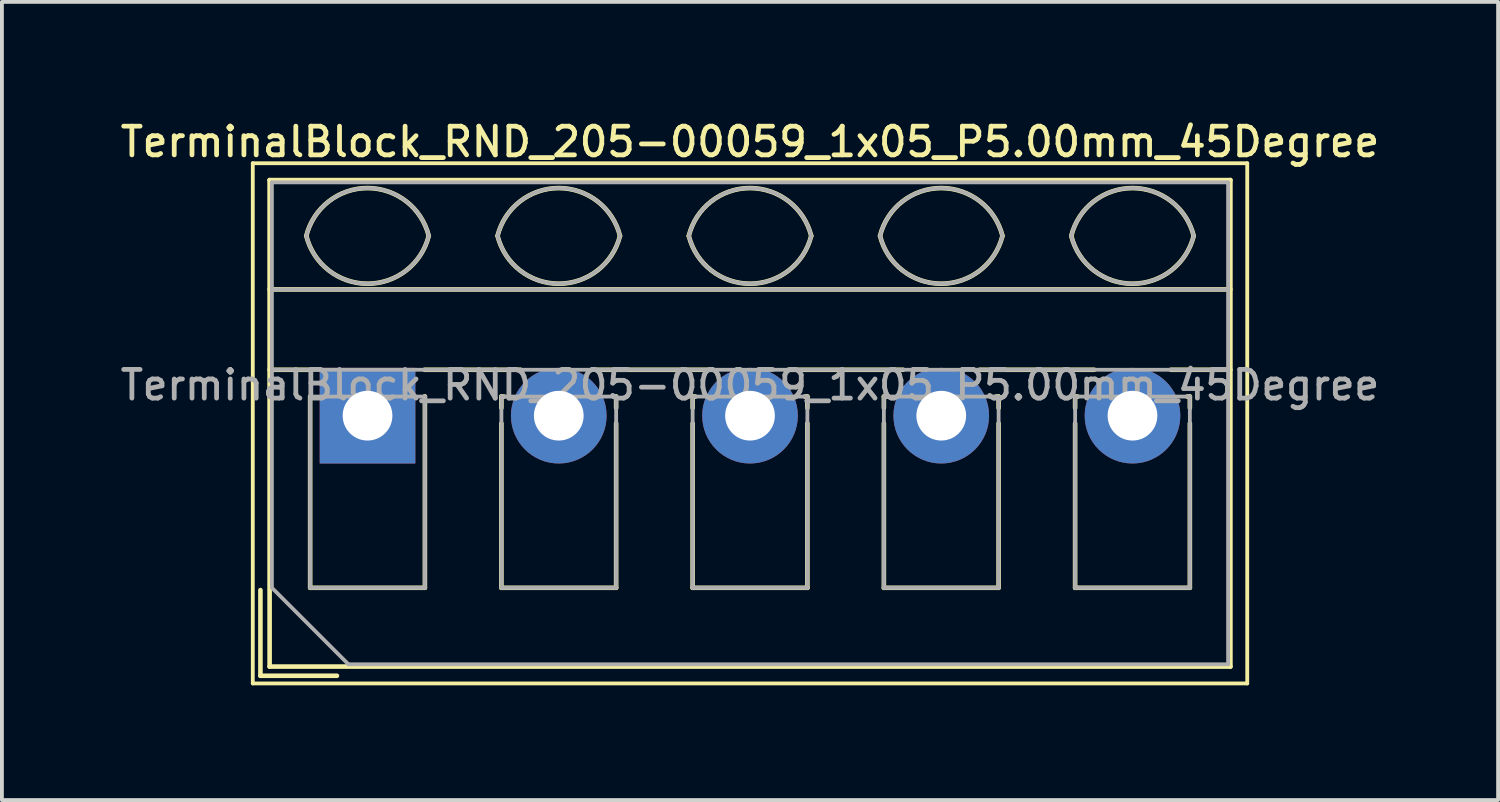
<source format=kicad_pcb>
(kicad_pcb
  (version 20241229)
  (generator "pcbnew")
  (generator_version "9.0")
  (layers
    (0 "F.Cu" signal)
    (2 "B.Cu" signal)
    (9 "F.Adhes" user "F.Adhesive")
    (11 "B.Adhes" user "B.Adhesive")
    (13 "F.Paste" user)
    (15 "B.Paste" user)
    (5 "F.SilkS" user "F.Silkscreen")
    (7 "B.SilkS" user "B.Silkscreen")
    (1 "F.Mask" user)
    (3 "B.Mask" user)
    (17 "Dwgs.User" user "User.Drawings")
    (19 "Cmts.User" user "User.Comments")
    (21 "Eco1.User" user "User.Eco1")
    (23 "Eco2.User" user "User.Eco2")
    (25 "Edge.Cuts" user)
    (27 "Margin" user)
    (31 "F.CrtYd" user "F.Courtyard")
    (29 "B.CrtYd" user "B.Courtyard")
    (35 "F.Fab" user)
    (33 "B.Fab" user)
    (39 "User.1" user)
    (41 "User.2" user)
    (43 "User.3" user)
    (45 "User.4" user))
  (footprint "TerminalBlock_RND_205-00059_1x05_P5.00mm_45Degree"
    (layer "F.Cu")
    (at 6.559 7.818)
    (property "Reference" "TerminalBlock_RND_205-00059_1x05_P5.00mm_45Degree" (at 10 -7.16 0) (layer "F.SilkS") (effects (font (size 0.75 0.75) (thickness 0.125))))
    (attr through_hole)
    (fp_line (start -3 -6.6) (end -3 7) (stroke (width 0.1) (type solid)) (layer "F.SilkS"))
    (fp_line (start -3 7) (end 23 7) (stroke (width 0.1) (type solid)) (layer "F.SilkS"))
    (fp_line (start -2.8 4.56) (end -2.8 6.8) (stroke (width 0.12) (type solid)) (layer "F.SilkS"))
    (fp_line (start -2.8 6.8) (end -0.8 6.8) (stroke (width 0.12) (type solid)) (layer "F.SilkS"))
    (fp_line (start -2.56 -6.16) (end -2.56 6.56) (stroke (width 0.12) (type solid)) (layer "F.SilkS"))
    (fp_line (start -2.56 -6.16) (end 22.56 -6.16) (stroke (width 0.12) (type solid)) (layer "F.SilkS"))
    (fp_line (start -2.56 -3.301) (end 22.56 -3.301) (stroke (width 0.12) (type solid)) (layer "F.SilkS"))
    (fp_line (start -2.56 -1.201) (end -1.49 -1.201) (stroke (width 0.12) (type solid)) (layer "F.SilkS"))
    (fp_line (start -2.56 6.56) (end 22.56 6.56) (stroke (width 0.12) (type solid)) (layer "F.SilkS"))
    (fp_line (start -1.5 -0.5) (end -1.5 4.5) (stroke (width 0.12) (type solid)) (layer "F.SilkS"))
    (fp_line (start -1.5 -0.5) (end -1.49 -0.5) (stroke (width 0.12) (type solid)) (layer "F.SilkS"))
    (fp_line (start -1.5 4.5) (end 1.5 4.5) (stroke (width 0.12) (type solid)) (layer "F.SilkS"))
    (fp_line (start 1.49 -1.201) (end 4 -1.201) (stroke (width 0.12) (type solid)) (layer "F.SilkS"))
    (fp_line (start 1.49 -0.5) (end 1.5 -0.5) (stroke (width 0.12) (type solid)) (layer "F.SilkS"))
    (fp_line (start 1.5 -0.5) (end 1.5 4.5) (stroke (width 0.12) (type solid)) (layer "F.SilkS"))
    (fp_line (start 3.5 -0.5) (end 3.5 -0.202) (stroke (width 0.12) (type solid)) (layer "F.SilkS"))
    (fp_line (start 3.5 -0.5) (end 3.57 -0.5) (stroke (width 0.12) (type solid)) (layer "F.SilkS"))
    (fp_line (start 3.5 0.202) (end 3.5 4.5) (stroke (width 0.12) (type solid)) (layer "F.SilkS"))
    (fp_line (start 3.5 4.5) (end 6.5 4.5) (stroke (width 0.12) (type solid)) (layer "F.SilkS"))
    (fp_line (start 6.001 -1.201) (end 9 -1.201) (stroke (width 0.12) (type solid)) (layer "F.SilkS"))
    (fp_line (start 6.431 -0.5) (end 6.5 -0.5) (stroke (width 0.12) (type solid)) (layer "F.SilkS"))
    (fp_line (start 6.5 -0.5) (end 6.5 -0.202) (stroke (width 0.12) (type solid)) (layer "F.SilkS"))
    (fp_line (start 6.5 0.202) (end 6.5 4.5) (stroke (width 0.12) (type solid)) (layer "F.SilkS"))
    (fp_line (start 8.5 -0.5) (end 8.5 -0.202) (stroke (width 0.12) (type solid)) (layer "F.SilkS"))
    (fp_line (start 8.5 -0.5) (end 8.57 -0.5) (stroke (width 0.12) (type solid)) (layer "F.SilkS"))
    (fp_line (start 8.5 0.202) (end 8.5 4.5) (stroke (width 0.12) (type solid)) (layer "F.SilkS"))
    (fp_line (start 8.5 4.5) (end 11.5 4.5) (stroke (width 0.12) (type solid)) (layer "F.SilkS"))
    (fp_line (start 11.001 -1.201) (end 14 -1.201) (stroke (width 0.12) (type solid)) (layer "F.SilkS"))
    (fp_line (start 11.431 -0.5) (end 11.5 -0.5) (stroke (width 0.12) (type solid)) (layer "F.SilkS"))
    (fp_line (start 11.5 -0.5) (end 11.5 -0.202) (stroke (width 0.12) (type solid)) (layer "F.SilkS"))
    (fp_line (start 11.5 0.202) (end 11.5 4.5) (stroke (width 0.12) (type solid)) (layer "F.SilkS"))
    (fp_line (start 13.5 -0.5) (end 13.5 -0.202) (stroke (width 0.12) (type solid)) (layer "F.SilkS"))
    (fp_line (start 13.5 -0.5) (end 13.57 -0.5) (stroke (width 0.12) (type solid)) (layer "F.SilkS"))
    (fp_line (start 13.5 0.202) (end 13.5 4.5) (stroke (width 0.12) (type solid)) (layer "F.SilkS"))
    (fp_line (start 13.5 4.5) (end 16.5 4.5) (stroke (width 0.12) (type solid)) (layer "F.SilkS"))
    (fp_line (start 16.001 -1.201) (end 19 -1.201) (stroke (width 0.12) (type solid)) (layer "F.SilkS"))
    (fp_line (start 16.431 -0.5) (end 16.5 -0.5) (stroke (width 0.12) (type solid)) (layer "F.SilkS"))
    (fp_line (start 16.5 -0.5) (end 16.5 -0.202) (stroke (width 0.12) (type solid)) (layer "F.SilkS"))
    (fp_line (start 16.5 0.202) (end 16.5 4.5) (stroke (width 0.12) (type solid)) (layer "F.SilkS"))
    (fp_line (start 18.5 -0.5) (end 18.5 -0.202) (stroke (width 0.12) (type solid)) (layer "F.SilkS"))
    (fp_line (start 18.5 -0.5) (end 18.57 -0.5) (stroke (width 0.12) (type solid)) (layer "F.SilkS"))
    (fp_line (start 18.5 0.202) (end 18.5 4.5) (stroke (width 0.12) (type solid)) (layer "F.SilkS"))
    (fp_line (start 18.5 4.5) (end 21.5 4.5) (stroke (width 0.12) (type solid)) (layer "F.SilkS"))
    (fp_line (start 21.001 -1.201) (end 22.56 -1.201) (stroke (width 0.12) (type solid)) (layer "F.SilkS"))
    (fp_line (start 21.431 -0.5) (end 21.5 -0.5) (stroke (width 0.12) (type solid)) (layer "F.SilkS"))
    (fp_line (start 21.5 -0.5) (end 21.5 -0.202) (stroke (width 0.12) (type solid)) (layer "F.SilkS"))
    (fp_line (start 21.5 0.202) (end 21.5 4.5) (stroke (width 0.12) (type solid)) (layer "F.SilkS"))
    (fp_line (start 22.56 -6.16) (end 22.56 6.56) (stroke (width 0.12) (type solid)) (layer "F.SilkS"))
    (fp_line (start 23 -6.6) (end -3 -6.6) (stroke (width 0.1) (type solid)) (layer "F.SilkS"))
    (fp_line (start 23 7) (end 23 -6.6) (stroke (width 0.1) (type solid)) (layer "F.SilkS"))
    (fp_arc (start -1.600914 -4.700344) (mid 0.000177 -5.95097) (end 1.601 -4.7) (stroke (width 0.12) (type solid)) (layer "F.SilkS"))
    (fp_arc (start 1.6 -4.7) (mid -0.000064 -3.45) (end -1.600031 -4.700125) (stroke (width 0.12) (type solid)) (layer "F.SilkS"))
    (fp_arc (start 3.399086 -4.700344) (mid 5.000177 -5.95097) (end 6.601 -4.7) (stroke (width 0.12) (type solid)) (layer "F.SilkS"))
    (fp_arc (start 6.6 -4.7) (mid 4.999936 -3.45) (end 3.399969 -4.700125) (stroke (width 0.12) (type solid)) (layer "F.SilkS"))
    (fp_arc (start 8.399086 -4.700344) (mid 10.000177 -5.95097) (end 11.601 -4.7) (stroke (width 0.12) (type solid)) (layer "F.SilkS"))
    (fp_arc (start 11.6 -4.7) (mid 9.999936 -3.45) (end 8.399969 -4.700125) (stroke (width 0.12) (type solid)) (layer "F.SilkS"))
    (fp_arc (start 13.399086 -4.700344) (mid 15.000177 -5.95097) (end 16.601 -4.7) (stroke (width 0.12) (type solid)) (layer "F.SilkS"))
    (fp_arc (start 16.6 -4.7) (mid 14.999936 -3.45) (end 13.399969 -4.700125) (stroke (width 0.12) (type solid)) (layer "F.SilkS"))
    (fp_arc (start 18.399086 -4.700344) (mid 20.000177 -5.95097) (end 21.601 -4.7) (stroke (width 0.12) (type solid)) (layer "F.SilkS"))
    (fp_arc (start 21.6 -4.7) (mid 19.999936 -3.45) (end 18.399969 -4.700125) (stroke (width 0.12) (type solid)) (layer "F.SilkS"))
    (fp_line (start -2.5 -6.1) (end 22.5 -6.1) (stroke (width 0.1) (type solid)) (layer "F.Fab"))
    (fp_line (start -2.5 -3.3) (end 22.5 -3.3) (stroke (width 0.1) (type solid)) (layer "F.Fab"))
    (fp_line (start -2.5 -1.2) (end 22.5 -1.2) (stroke (width 0.1) (type solid)) (layer "F.Fab"))
    (fp_line (start -2.5 4.5) (end -2.5 -6.1) (stroke (width 0.1) (type solid)) (layer "F.Fab"))
    (fp_line (start -1.5 -0.5) (end -1.5 4.5) (stroke (width 0.1) (type solid)) (layer "F.Fab"))
    (fp_line (start -1.5 4.5) (end 1.5 4.5) (stroke (width 0.1) (type solid)) (layer "F.Fab"))
    (fp_line (start -0.5 6.5) (end -2.5 4.5) (stroke (width 0.1) (type solid)) (layer "F.Fab"))
    (fp_line (start 1.5 -0.5) (end -1.5 -0.5) (stroke (width 0.1) (type solid)) (layer "F.Fab"))
    (fp_line (start 1.5 4.5) (end 1.5 -0.5) (stroke (width 0.1) (type solid)) (layer "F.Fab"))
    (fp_line (start 3.5 -0.5) (end 3.5 4.5) (stroke (width 0.1) (type solid)) (layer "F.Fab"))
    (fp_line (start 3.5 4.5) (end 6.5 4.5) (stroke (width 0.1) (type solid)) (layer "F.Fab"))
    (fp_line (start 6.5 -0.5) (end 3.5 -0.5) (stroke (width 0.1) (type solid)) (layer "F.Fab"))
    (fp_line (start 6.5 4.5) (end 6.5 -0.5) (stroke (width 0.1) (type solid)) (layer "F.Fab"))
    (fp_line (start 8.5 -0.5) (end 8.5 4.5) (stroke (width 0.1) (type solid)) (layer "F.Fab"))
    (fp_line (start 8.5 4.5) (end 11.5 4.5) (stroke (width 0.1) (type solid)) (layer "F.Fab"))
    (fp_line (start 11.5 -0.5) (end 8.5 -0.5) (stroke (width 0.1) (type solid)) (layer "F.Fab"))
    (fp_line (start 11.5 4.5) (end 11.5 -0.5) (stroke (width 0.1) (type solid)) (layer "F.Fab"))
    (fp_line (start 13.5 -0.5) (end 13.5 4.5) (stroke (width 0.1) (type solid)) (layer "F.Fab"))
    (fp_line (start 13.5 4.5) (end 16.5 4.5) (stroke (width 0.1) (type solid)) (layer "F.Fab"))
    (fp_line (start 16.5 -0.5) (end 13.5 -0.5) (stroke (width 0.1) (type solid)) (layer "F.Fab"))
    (fp_line (start 16.5 4.5) (end 16.5 -0.5) (stroke (width 0.1) (type solid)) (layer "F.Fab"))
    (fp_line (start 18.5 -0.5) (end 18.5 4.5) (stroke (width 0.1) (type solid)) (layer "F.Fab"))
    (fp_line (start 18.5 4.5) (end 21.5 4.5) (stroke (width 0.1) (type solid)) (layer "F.Fab"))
    (fp_line (start 21.5 -0.5) (end 18.5 -0.5) (stroke (width 0.1) (type solid)) (layer "F.Fab"))
    (fp_line (start 21.5 4.5) (end 21.5 -0.5) (stroke (width 0.1) (type solid)) (layer "F.Fab"))
    (fp_line (start 22.5 -6.1) (end 22.5 6.5) (stroke (width 0.1) (type solid)) (layer "F.Fab"))
    (fp_line (start 22.5 6.5) (end -0.5 6.5) (stroke (width 0.1) (type solid)) (layer "F.Fab"))
    (fp_arc (start -1.600914 -4.700344) (mid 0.000177 -5.95097) (end 1.601 -4.7) (stroke (width 0.1) (type solid)) (layer "F.Fab"))
    (fp_arc (start 1.6 -4.7) (mid -0.000064 -3.45) (end -1.600031 -4.700125) (stroke (width 0.1) (type solid)) (layer "F.Fab"))
    (fp_arc (start 3.399086 -4.700344) (mid 5.000177 -5.95097) (end 6.601 -4.7) (stroke (width 0.1) (type solid)) (layer "F.Fab"))
    (fp_arc (start 6.6 -4.7) (mid 4.999936 -3.45) (end 3.399969 -4.700125) (stroke (width 0.1) (type solid)) (layer "F.Fab"))
    (fp_arc (start 8.399086 -4.700344) (mid 10.000177 -5.95097) (end 11.601 -4.7) (stroke (width 0.1) (type solid)) (layer "F.Fab"))
    (fp_arc (start 11.6 -4.7) (mid 9.999936 -3.45) (end 8.399969 -4.700125) (stroke (width 0.1) (type solid)) (layer "F.Fab"))
    (fp_arc (start 13.399086 -4.700344) (mid 15.000177 -5.95097) (end 16.601 -4.7) (stroke (width 0.1) (type solid)) (layer "F.Fab"))
    (fp_arc (start 16.6 -4.7) (mid 14.999936 -3.45) (end 13.399969 -4.700125) (stroke (width 0.1) (type solid)) (layer "F.Fab"))
    (fp_arc (start 18.399086 -4.700344) (mid 20.000177 -5.95097) (end 21.601 -4.7) (stroke (width 0.1) (type solid)) (layer "F.Fab"))
    (fp_arc (start 21.6 -4.7) (mid 19.999936 -3.45) (end 18.399969 -4.700125) (stroke (width 0.1) (type solid)) (layer "F.Fab"))
    (fp_text user "${REFERENCE}" (at 10 -0.8 0) (layer "F.Fab") (effects (font (size 0.75 0.75) (thickness 0.125))))
    (pad "1" thru_hole rect (at 0 0) (size 2.5 2.5) (drill 1.3) (layers "*.Cu" "*.Mask"))
    (pad "2" thru_hole circle (at 5 0) (size 2.5 2.5) (drill 1.3) (layers "*.Cu" "*.Mask"))
    (pad "3" thru_hole circle (at 10 0) (size 2.5 2.5) (drill 1.3) (layers "*.Cu" "*.Mask"))
    (pad "4" thru_hole circle (at 15 0) (size 2.5 2.5) (drill 1.3) (layers "*.Cu" "*.Mask"))
    (pad "5" thru_hole circle (at 20 0) (size 2.5 2.5) (drill 1.3) (layers "*.Cu" "*.Mask")))
  (gr_rect
    (start -3 -3)
    (end 36.118 17.868)
    (stroke (width 0.1) (type default))
    (fill no)
    (layer "Edge.Cuts")))
</source>
